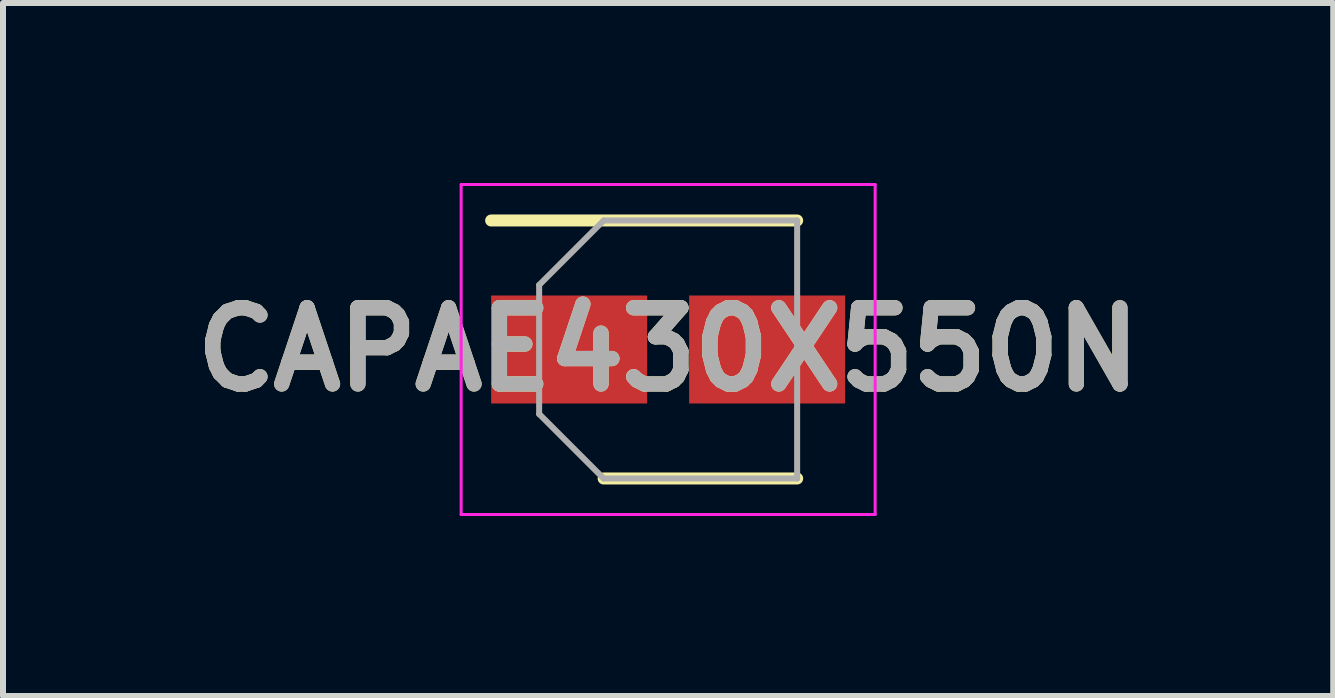
<source format=kicad_pcb>
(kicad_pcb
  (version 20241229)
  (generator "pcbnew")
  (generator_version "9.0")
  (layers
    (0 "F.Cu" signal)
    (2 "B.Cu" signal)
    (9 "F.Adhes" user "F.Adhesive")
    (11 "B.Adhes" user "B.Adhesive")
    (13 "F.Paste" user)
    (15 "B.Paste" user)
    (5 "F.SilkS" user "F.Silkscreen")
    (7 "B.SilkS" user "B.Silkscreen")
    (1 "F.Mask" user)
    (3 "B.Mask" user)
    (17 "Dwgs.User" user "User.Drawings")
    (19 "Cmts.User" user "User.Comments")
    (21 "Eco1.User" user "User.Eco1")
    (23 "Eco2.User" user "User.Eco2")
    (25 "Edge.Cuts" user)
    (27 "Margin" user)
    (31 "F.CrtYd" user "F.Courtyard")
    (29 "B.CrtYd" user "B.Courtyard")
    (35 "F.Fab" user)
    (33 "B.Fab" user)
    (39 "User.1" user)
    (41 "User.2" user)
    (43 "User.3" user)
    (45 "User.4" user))
  (footprint "CAPAE430X550N"
    (layer "F.Cu")
    (at 8.086 2.775)
    (property "Reference" "CAPAE430X550N" (at 0 0 0) (layer "F.SilkS") (effects (font (size 1.27 1.27) (thickness 0.254))))
    (attr smd)
    (fp_line (start -2.95 -2.15) (end 2.15 -2.15) (stroke (width 0.2) (type solid)) (layer "F.SilkS"))
    (fp_line (start -1.075 2.15) (end 2.15 2.15) (stroke (width 0.2) (type solid)) (layer "F.SilkS"))
    (fp_line (start -3.45 -2.75) (end 3.45 -2.75) (stroke (width 0.05) (type solid)) (layer "F.CrtYd"))
    (fp_line (start -3.45 2.75) (end -3.45 -2.75) (stroke (width 0.05) (type solid)) (layer "F.CrtYd"))
    (fp_line (start 3.45 -2.75) (end 3.45 2.75) (stroke (width 0.05) (type solid)) (layer "F.CrtYd"))
    (fp_line (start 3.45 2.75) (end -3.45 2.75) (stroke (width 0.05) (type solid)) (layer "F.CrtYd"))
    (fp_line (start -2.15 -1.075) (end -2.15 1.075) (stroke (width 0.1) (type solid)) (layer "F.Fab"))
    (fp_line (start -2.15 1.075) (end -1.075 2.15) (stroke (width 0.1) (type solid)) (layer "F.Fab"))
    (fp_line (start -1.075 -2.15) (end -2.15 -1.075) (stroke (width 0.1) (type solid)) (layer "F.Fab"))
    (fp_line (start -1.075 2.15) (end 2.15 2.15) (stroke (width 0.1) (type solid)) (layer "F.Fab"))
    (fp_line (start 2.15 -2.15) (end -1.075 -2.15) (stroke (width 0.1) (type solid)) (layer "F.Fab"))
    (fp_line (start 2.15 2.15) (end 2.15 -2.15) (stroke (width 0.1) (type solid)) (layer "F.Fab"))
    (fp_text user "${REFERENCE}" (at 0 0 0) (layer "F.Fab") (effects (font (size 1.27 1.27) (thickness 0.254))))
    (pad "1" smd rect (at -1.65 0 90) (size 1.8 2.6) (layers "F.Cu" "F.Mask" "F.Paste"))
    (pad "2" smd rect (at 1.65 0 90) (size 1.8 2.6) (layers "F.Cu" "F.Mask" "F.Paste")))
  (gr_rect
    (start -3 -3)
    (end 19.171 8.55)
    (stroke (width 0.1) (type default))
    (fill no)
    (layer "Edge.Cuts")))
</source>
